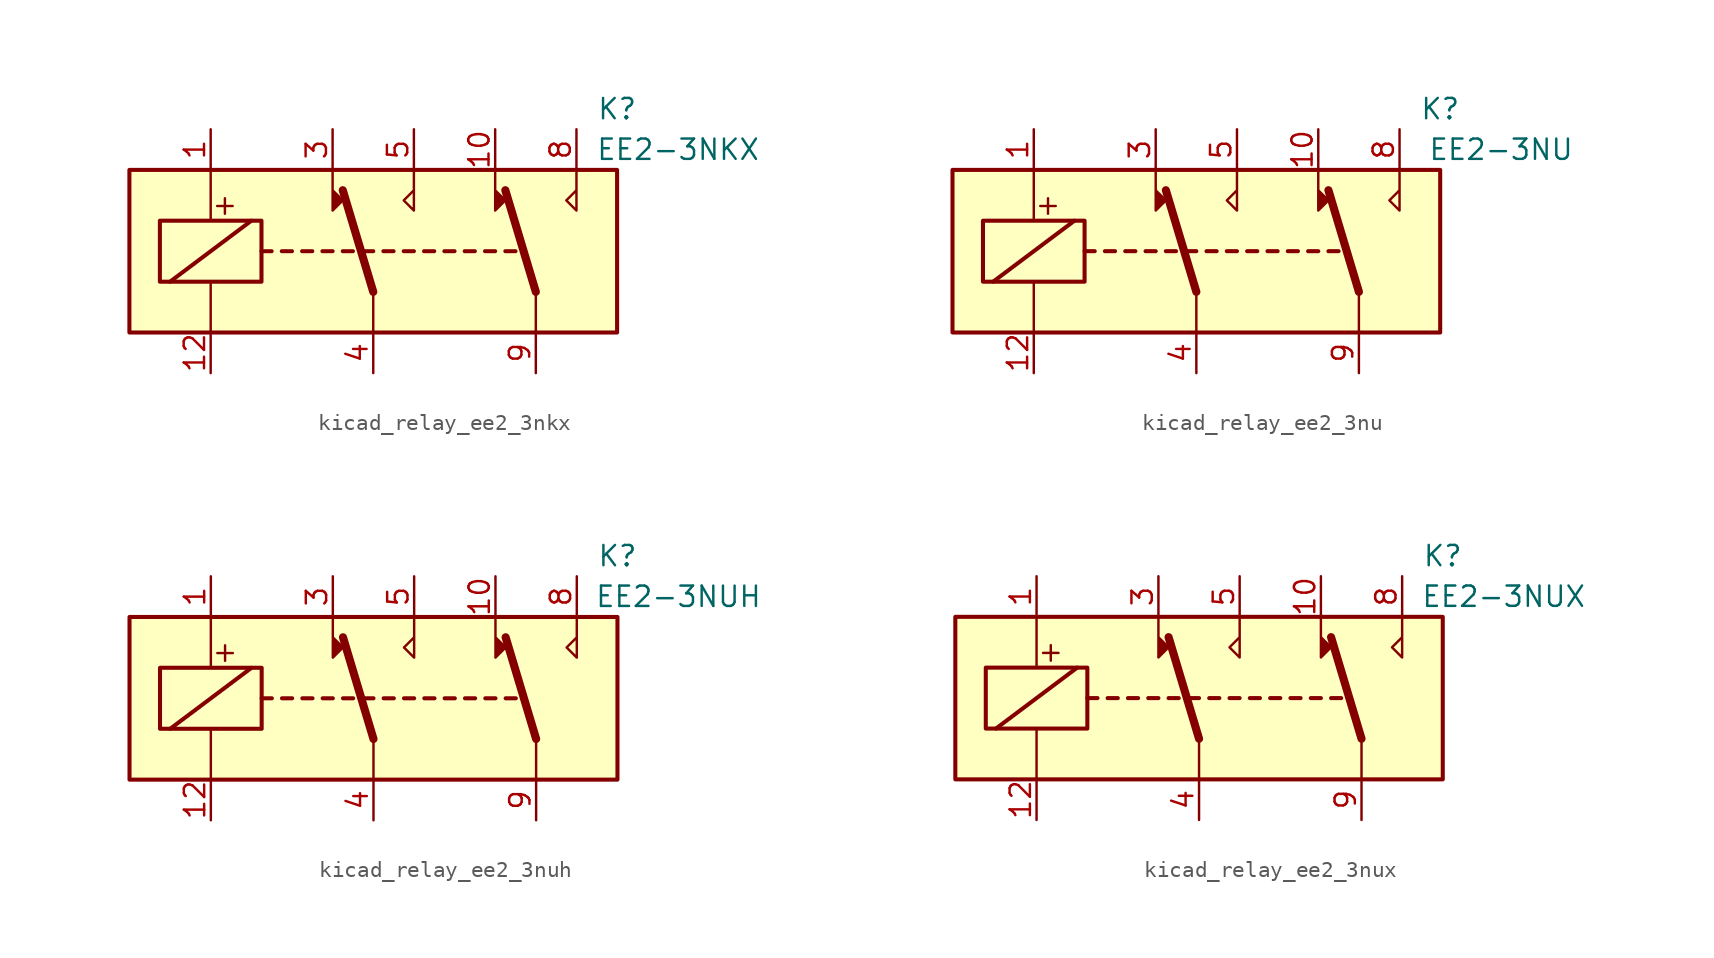
<source format=kicad_sym>
(kicad_symbol_lib
  (version 20220914)
  (generator kicad_symbol_editor)
  (symbol "kicad_relay_ee2_3nkx"
    (property "Reference" "K"
      (at 15.24 8.89 0)
      (effects (font (size 1.27 1.27))))
    (property "Value" "EE2-3NKX"
      (at 19.05 6.35 0)
      (effects (font (size 1.27 1.27))))
    (symbol "kicad_relay_ee2_3nkx_1_1"
      (rectangle (start -15.24 5.08) (end 15.24 -5.08) (stroke (width 0.254) (type default)) (fill (type background)))
      (rectangle (start -13.335 1.905) (end -6.985 -1.905) (stroke (width 0.254) (type default)) (fill (type none)))
      (polyline (pts (xy -12.7 -1.905) (xy -7.62 1.905)) (stroke (width 0.254) (type default)) (fill (type none)))
      (polyline (pts (xy -10.16 -5.08) (xy -10.16 -1.905)) (stroke (width 0) (type default)) (fill (type none)))
      (polyline (pts (xy -10.16 5.08) (xy -10.16 1.905)) (stroke (width 0) (type default)) (fill (type none)))
      (polyline (pts (xy -6.985 0) (xy -6.35 0)) (stroke (width 0.254) (type default)) (fill (type none)))
      (polyline (pts (xy -5.715 0) (xy -5.08 0)) (stroke (width 0.254) (type default)) (fill (type none)))
      (polyline (pts (xy -4.445 0) (xy -3.81 0)) (stroke (width 0.254) (type default)) (fill (type none)))
      (polyline (pts (xy -3.175 0) (xy -2.54 0)) (stroke (width 0.254) (type default)) (fill (type none)))
      (polyline (pts (xy -1.905 0) (xy -1.27 0)) (stroke (width 0.254) (type default)) (fill (type none)))
      (polyline (pts (xy -0.635 0) (xy 0 0)) (stroke (width 0.254) (type default)) (fill (type none)))
      (polyline (pts (xy 0 -2.54) (xy -1.905 3.81)) (stroke (width 0.508) (type default)) (fill (type none)))
      (polyline (pts (xy 0 -2.54) (xy 0 -5.08)) (stroke (width 0) (type default)) (fill (type none)))
      (polyline (pts (xy 0.635 0) (xy 1.27 0)) (stroke (width 0.254) (type default)) (fill (type none)))
      (polyline (pts (xy 1.905 0) (xy 2.54 0)) (stroke (width 0.254) (type default)) (fill (type none)))
      (polyline (pts (xy 3.175 0) (xy 3.81 0)) (stroke (width 0.254) (type default)) (fill (type none)))
      (polyline (pts (xy 4.445 0) (xy 5.08 0)) (stroke (width 0.254) (type default)) (fill (type none)))
      (polyline (pts (xy 5.715 0) (xy 6.35 0)) (stroke (width 0.254) (type default)) (fill (type none)))
      (polyline (pts (xy 6.985 0) (xy 7.62 0)) (stroke (width 0.254) (type default)) (fill (type none)))
      (polyline (pts (xy 8.255 0) (xy 8.89 0)) (stroke (width 0.254) (type default)) (fill (type none)))
      (polyline (pts (xy 10.16 -2.54) (xy 8.255 3.81)) (stroke (width 0.508) (type default)) (fill (type none)))
      (polyline (pts (xy 10.16 -2.54) (xy 10.16 -5.08)) (stroke (width 0) (type default)) (fill (type none)))
      (polyline (pts (xy -2.54 5.08) (xy -2.54 2.54) (xy -1.905 3.175) (xy -2.54 3.81)) (stroke (width 0) (type default)) (fill (type outline)))
      (polyline (pts (xy 2.54 5.08) (xy 2.54 2.54) (xy 1.905 3.175) (xy 2.54 3.81)) (stroke (width 0) (type default)) (fill (type none)))
      (polyline (pts (xy 7.62 5.08) (xy 7.62 2.54) (xy 8.255 3.175) (xy 7.62 3.81)) (stroke (width 0) (type default)) (fill (type outline)))
      (polyline (pts (xy 12.7 5.08) (xy 12.7 2.54) (xy 12.065 3.175) (xy 12.7 3.81)) (stroke (width 0) (type default)) (fill (type none)))
      (text "+" (at -9.271 2.921 0) (effects (font (size 1.27 1.27))))
      (pin passive line (at -10.16 7.62 270) (length 2.54) (name "~" (effects (font (size 1.27 1.27)))) (number "1" (effects (font (size 1.27 1.27)))))
      (pin passive line (at 7.62 7.62 270) (length 2.54) (name "~" (effects (font (size 1.27 1.27)))) (number "10" (effects (font (size 1.27 1.27)))))
      (pin passive line (at -10.16 -7.62 90) (length 2.54) (name "~" (effects (font (size 1.27 1.27)))) (number "12" (effects (font (size 1.27 1.27)))))
      (pin passive line (at -2.54 7.62 270) (length 2.54) (name "~" (effects (font (size 1.27 1.27)))) (number "3" (effects (font (size 1.27 1.27)))))
      (pin passive line (at 0 -7.62 90) (length 2.54) (name "~" (effects (font (size 1.27 1.27)))) (number "4" (effects (font (size 1.27 1.27)))))
      (pin passive line (at 2.54 7.62 270) (length 2.54) (name "~" (effects (font (size 1.27 1.27)))) (number "5" (effects (font (size 1.27 1.27)))))
      (pin passive line (at 12.7 7.62 270) (length 2.54) (name "~" (effects (font (size 1.27 1.27)))) (number "8" (effects (font (size 1.27 1.27)))))
      (pin passive line (at 10.16 -7.62 90) (length 2.54) (name "~" (effects (font (size 1.27 1.27)))) (number "9" (effects (font (size 1.27 1.27)))))))
  (symbol "kicad_relay_ee2_3nu"
    (property "Reference" "K"
      (at 15.24 8.89 0)
      (effects (font (size 1.27 1.27))))
    (property "Value" "EE2-3NU"
      (at 19.05 6.35 0)
      (effects (font (size 1.27 1.27))))
    (symbol "kicad_relay_ee2_3nu_1_1"
      (rectangle (start -15.24 5.08) (end 15.24 -5.08) (stroke (width 0.254) (type default)) (fill (type background)))
      (rectangle (start -13.335 1.905) (end -6.985 -1.905) (stroke (width 0.254) (type default)) (fill (type none)))
      (polyline (pts (xy -12.7 -1.905) (xy -7.62 1.905)) (stroke (width 0.254) (type default)) (fill (type none)))
      (polyline (pts (xy -10.16 -5.08) (xy -10.16 -1.905)) (stroke (width 0) (type default)) (fill (type none)))
      (polyline (pts (xy -10.16 5.08) (xy -10.16 1.905)) (stroke (width 0) (type default)) (fill (type none)))
      (polyline (pts (xy -6.985 0) (xy -6.35 0)) (stroke (width 0.254) (type default)) (fill (type none)))
      (polyline (pts (xy -5.715 0) (xy -5.08 0)) (stroke (width 0.254) (type default)) (fill (type none)))
      (polyline (pts (xy -4.445 0) (xy -3.81 0)) (stroke (width 0.254) (type default)) (fill (type none)))
      (polyline (pts (xy -3.175 0) (xy -2.54 0)) (stroke (width 0.254) (type default)) (fill (type none)))
      (polyline (pts (xy -1.905 0) (xy -1.27 0)) (stroke (width 0.254) (type default)) (fill (type none)))
      (polyline (pts (xy -0.635 0) (xy 0 0)) (stroke (width 0.254) (type default)) (fill (type none)))
      (polyline (pts (xy 0 -2.54) (xy -1.905 3.81)) (stroke (width 0.508) (type default)) (fill (type none)))
      (polyline (pts (xy 0 -2.54) (xy 0 -5.08)) (stroke (width 0) (type default)) (fill (type none)))
      (polyline (pts (xy 0.635 0) (xy 1.27 0)) (stroke (width 0.254) (type default)) (fill (type none)))
      (polyline (pts (xy 1.905 0) (xy 2.54 0)) (stroke (width 0.254) (type default)) (fill (type none)))
      (polyline (pts (xy 3.175 0) (xy 3.81 0)) (stroke (width 0.254) (type default)) (fill (type none)))
      (polyline (pts (xy 4.445 0) (xy 5.08 0)) (stroke (width 0.254) (type default)) (fill (type none)))
      (polyline (pts (xy 5.715 0) (xy 6.35 0)) (stroke (width 0.254) (type default)) (fill (type none)))
      (polyline (pts (xy 6.985 0) (xy 7.62 0)) (stroke (width 0.254) (type default)) (fill (type none)))
      (polyline (pts (xy 8.255 0) (xy 8.89 0)) (stroke (width 0.254) (type default)) (fill (type none)))
      (polyline (pts (xy 10.16 -2.54) (xy 8.255 3.81)) (stroke (width 0.508) (type default)) (fill (type none)))
      (polyline (pts (xy 10.16 -2.54) (xy 10.16 -5.08)) (stroke (width 0) (type default)) (fill (type none)))
      (polyline (pts (xy -2.54 5.08) (xy -2.54 2.54) (xy -1.905 3.175) (xy -2.54 3.81)) (stroke (width 0) (type default)) (fill (type outline)))
      (polyline (pts (xy 2.54 5.08) (xy 2.54 2.54) (xy 1.905 3.175) (xy 2.54 3.81)) (stroke (width 0) (type default)) (fill (type none)))
      (polyline (pts (xy 7.62 5.08) (xy 7.62 2.54) (xy 8.255 3.175) (xy 7.62 3.81)) (stroke (width 0) (type default)) (fill (type outline)))
      (polyline (pts (xy 12.7 5.08) (xy 12.7 2.54) (xy 12.065 3.175) (xy 12.7 3.81)) (stroke (width 0) (type default)) (fill (type none)))
      (text "+" (at -9.271 2.921 0) (effects (font (size 1.27 1.27))))
      (pin passive line (at -10.16 7.62 270) (length 2.54) (name "~" (effects (font (size 1.27 1.27)))) (number "1" (effects (font (size 1.27 1.27)))))
      (pin passive line (at 7.62 7.62 270) (length 2.54) (name "~" (effects (font (size 1.27 1.27)))) (number "10" (effects (font (size 1.27 1.27)))))
      (pin passive line (at -10.16 -7.62 90) (length 2.54) (name "~" (effects (font (size 1.27 1.27)))) (number "12" (effects (font (size 1.27 1.27)))))
      (pin passive line (at -2.54 7.62 270) (length 2.54) (name "~" (effects (font (size 1.27 1.27)))) (number "3" (effects (font (size 1.27 1.27)))))
      (pin passive line (at 0 -7.62 90) (length 2.54) (name "~" (effects (font (size 1.27 1.27)))) (number "4" (effects (font (size 1.27 1.27)))))
      (pin passive line (at 2.54 7.62 270) (length 2.54) (name "~" (effects (font (size 1.27 1.27)))) (number "5" (effects (font (size 1.27 1.27)))))
      (pin passive line (at 12.7 7.62 270) (length 2.54) (name "~" (effects (font (size 1.27 1.27)))) (number "8" (effects (font (size 1.27 1.27)))))
      (pin passive line (at 10.16 -7.62 90) (length 2.54) (name "~" (effects (font (size 1.27 1.27)))) (number "9" (effects (font (size 1.27 1.27)))))))
  (symbol "kicad_relay_ee2_3nuh"
    (property "Reference" "K"
      (at 15.24 8.89 0)
      (effects (font (size 1.27 1.27))))
    (property "Value" "EE2-3NUH"
      (at 19.05 6.35 0)
      (effects (font (size 1.27 1.27))))
    (symbol "kicad_relay_ee2_3nuh_1_1"
      (rectangle (start -15.24 5.08) (end 15.24 -5.08) (stroke (width 0.254) (type default)) (fill (type background)))
      (rectangle (start -13.335 1.905) (end -6.985 -1.905) (stroke (width 0.254) (type default)) (fill (type none)))
      (polyline (pts (xy -12.7 -1.905) (xy -7.62 1.905)) (stroke (width 0.254) (type default)) (fill (type none)))
      (polyline (pts (xy -10.16 -5.08) (xy -10.16 -1.905)) (stroke (width 0) (type default)) (fill (type none)))
      (polyline (pts (xy -10.16 5.08) (xy -10.16 1.905)) (stroke (width 0) (type default)) (fill (type none)))
      (polyline (pts (xy -6.985 0) (xy -6.35 0)) (stroke (width 0.254) (type default)) (fill (type none)))
      (polyline (pts (xy -5.715 0) (xy -5.08 0)) (stroke (width 0.254) (type default)) (fill (type none)))
      (polyline (pts (xy -4.445 0) (xy -3.81 0)) (stroke (width 0.254) (type default)) (fill (type none)))
      (polyline (pts (xy -3.175 0) (xy -2.54 0)) (stroke (width 0.254) (type default)) (fill (type none)))
      (polyline (pts (xy -1.905 0) (xy -1.27 0)) (stroke (width 0.254) (type default)) (fill (type none)))
      (polyline (pts (xy -0.635 0) (xy 0 0)) (stroke (width 0.254) (type default)) (fill (type none)))
      (polyline (pts (xy 0 -2.54) (xy -1.905 3.81)) (stroke (width 0.508) (type default)) (fill (type none)))
      (polyline (pts (xy 0 -2.54) (xy 0 -5.08)) (stroke (width 0) (type default)) (fill (type none)))
      (polyline (pts (xy 0.635 0) (xy 1.27 0)) (stroke (width 0.254) (type default)) (fill (type none)))
      (polyline (pts (xy 1.905 0) (xy 2.54 0)) (stroke (width 0.254) (type default)) (fill (type none)))
      (polyline (pts (xy 3.175 0) (xy 3.81 0)) (stroke (width 0.254) (type default)) (fill (type none)))
      (polyline (pts (xy 4.445 0) (xy 5.08 0)) (stroke (width 0.254) (type default)) (fill (type none)))
      (polyline (pts (xy 5.715 0) (xy 6.35 0)) (stroke (width 0.254) (type default)) (fill (type none)))
      (polyline (pts (xy 6.985 0) (xy 7.62 0)) (stroke (width 0.254) (type default)) (fill (type none)))
      (polyline (pts (xy 8.255 0) (xy 8.89 0)) (stroke (width 0.254) (type default)) (fill (type none)))
      (polyline (pts (xy 10.16 -2.54) (xy 8.255 3.81)) (stroke (width 0.508) (type default)) (fill (type none)))
      (polyline (pts (xy 10.16 -2.54) (xy 10.16 -5.08)) (stroke (width 0) (type default)) (fill (type none)))
      (polyline (pts (xy -2.54 5.08) (xy -2.54 2.54) (xy -1.905 3.175) (xy -2.54 3.81)) (stroke (width 0) (type default)) (fill (type outline)))
      (polyline (pts (xy 2.54 5.08) (xy 2.54 2.54) (xy 1.905 3.175) (xy 2.54 3.81)) (stroke (width 0) (type default)) (fill (type none)))
      (polyline (pts (xy 7.62 5.08) (xy 7.62 2.54) (xy 8.255 3.175) (xy 7.62 3.81)) (stroke (width 0) (type default)) (fill (type outline)))
      (polyline (pts (xy 12.7 5.08) (xy 12.7 2.54) (xy 12.065 3.175) (xy 12.7 3.81)) (stroke (width 0) (type default)) (fill (type none)))
      (text "+" (at -9.271 2.921 0) (effects (font (size 1.27 1.27))))
      (pin passive line (at -10.16 7.62 270) (length 2.54) (name "~" (effects (font (size 1.27 1.27)))) (number "1" (effects (font (size 1.27 1.27)))))
      (pin passive line (at 7.62 7.62 270) (length 2.54) (name "~" (effects (font (size 1.27 1.27)))) (number "10" (effects (font (size 1.27 1.27)))))
      (pin passive line (at -10.16 -7.62 90) (length 2.54) (name "~" (effects (font (size 1.27 1.27)))) (number "12" (effects (font (size 1.27 1.27)))))
      (pin passive line (at -2.54 7.62 270) (length 2.54) (name "~" (effects (font (size 1.27 1.27)))) (number "3" (effects (font (size 1.27 1.27)))))
      (pin passive line (at 0 -7.62 90) (length 2.54) (name "~" (effects (font (size 1.27 1.27)))) (number "4" (effects (font (size 1.27 1.27)))))
      (pin passive line (at 2.54 7.62 270) (length 2.54) (name "~" (effects (font (size 1.27 1.27)))) (number "5" (effects (font (size 1.27 1.27)))))
      (pin passive line (at 12.7 7.62 270) (length 2.54) (name "~" (effects (font (size 1.27 1.27)))) (number "8" (effects (font (size 1.27 1.27)))))
      (pin passive line (at 10.16 -7.62 90) (length 2.54) (name "~" (effects (font (size 1.27 1.27)))) (number "9" (effects (font (size 1.27 1.27)))))))
  (symbol "kicad_relay_ee2_3nux"
    (property "Reference" "K"
      (at 15.24 8.89 0)
      (effects (font (size 1.27 1.27))))
    (property "Value" "EE2-3NUX"
      (at 19.05 6.35 0)
      (effects (font (size 1.27 1.27))))
    (symbol "kicad_relay_ee2_3nux_1_1"
      (rectangle (start -15.24 5.08) (end 15.24 -5.08) (stroke (width 0.254) (type default)) (fill (type background)))
      (rectangle (start -13.335 1.905) (end -6.985 -1.905) (stroke (width 0.254) (type default)) (fill (type none)))
      (polyline (pts (xy -12.7 -1.905) (xy -7.62 1.905)) (stroke (width 0.254) (type default)) (fill (type none)))
      (polyline (pts (xy -10.16 -5.08) (xy -10.16 -1.905)) (stroke (width 0) (type default)) (fill (type none)))
      (polyline (pts (xy -10.16 5.08) (xy -10.16 1.905)) (stroke (width 0) (type default)) (fill (type none)))
      (polyline (pts (xy -6.985 0) (xy -6.35 0)) (stroke (width 0.254) (type default)) (fill (type none)))
      (polyline (pts (xy -5.715 0) (xy -5.08 0)) (stroke (width 0.254) (type default)) (fill (type none)))
      (polyline (pts (xy -4.445 0) (xy -3.81 0)) (stroke (width 0.254) (type default)) (fill (type none)))
      (polyline (pts (xy -3.175 0) (xy -2.54 0)) (stroke (width 0.254) (type default)) (fill (type none)))
      (polyline (pts (xy -1.905 0) (xy -1.27 0)) (stroke (width 0.254) (type default)) (fill (type none)))
      (polyline (pts (xy -0.635 0) (xy 0 0)) (stroke (width 0.254) (type default)) (fill (type none)))
      (polyline (pts (xy 0 -2.54) (xy -1.905 3.81)) (stroke (width 0.508) (type default)) (fill (type none)))
      (polyline (pts (xy 0 -2.54) (xy 0 -5.08)) (stroke (width 0) (type default)) (fill (type none)))
      (polyline (pts (xy 0.635 0) (xy 1.27 0)) (stroke (width 0.254) (type default)) (fill (type none)))
      (polyline (pts (xy 1.905 0) (xy 2.54 0)) (stroke (width 0.254) (type default)) (fill (type none)))
      (polyline (pts (xy 3.175 0) (xy 3.81 0)) (stroke (width 0.254) (type default)) (fill (type none)))
      (polyline (pts (xy 4.445 0) (xy 5.08 0)) (stroke (width 0.254) (type default)) (fill (type none)))
      (polyline (pts (xy 5.715 0) (xy 6.35 0)) (stroke (width 0.254) (type default)) (fill (type none)))
      (polyline (pts (xy 6.985 0) (xy 7.62 0)) (stroke (width 0.254) (type default)) (fill (type none)))
      (polyline (pts (xy 8.255 0) (xy 8.89 0)) (stroke (width 0.254) (type default)) (fill (type none)))
      (polyline (pts (xy 10.16 -2.54) (xy 8.255 3.81)) (stroke (width 0.508) (type default)) (fill (type none)))
      (polyline (pts (xy 10.16 -2.54) (xy 10.16 -5.08)) (stroke (width 0) (type default)) (fill (type none)))
      (polyline (pts (xy -2.54 5.08) (xy -2.54 2.54) (xy -1.905 3.175) (xy -2.54 3.81)) (stroke (width 0) (type default)) (fill (type outline)))
      (polyline (pts (xy 2.54 5.08) (xy 2.54 2.54) (xy 1.905 3.175) (xy 2.54 3.81)) (stroke (width 0) (type default)) (fill (type none)))
      (polyline (pts (xy 7.62 5.08) (xy 7.62 2.54) (xy 8.255 3.175) (xy 7.62 3.81)) (stroke (width 0) (type default)) (fill (type outline)))
      (polyline (pts (xy 12.7 5.08) (xy 12.7 2.54) (xy 12.065 3.175) (xy 12.7 3.81)) (stroke (width 0) (type default)) (fill (type none)))
      (text "+" (at -9.271 2.921 0) (effects (font (size 1.27 1.27))))
      (pin passive line (at -10.16 7.62 270) (length 2.54) (name "~" (effects (font (size 1.27 1.27)))) (number "1" (effects (font (size 1.27 1.27)))))
      (pin passive line (at 7.62 7.62 270) (length 2.54) (name "~" (effects (font (size 1.27 1.27)))) (number "10" (effects (font (size 1.27 1.27)))))
      (pin passive line (at -10.16 -7.62 90) (length 2.54) (name "~" (effects (font (size 1.27 1.27)))) (number "12" (effects (font (size 1.27 1.27)))))
      (pin passive line (at -2.54 7.62 270) (length 2.54) (name "~" (effects (font (size 1.27 1.27)))) (number "3" (effects (font (size 1.27 1.27)))))
      (pin passive line (at 0 -7.62 90) (length 2.54) (name "~" (effects (font (size 1.27 1.27)))) (number "4" (effects (font (size 1.27 1.27)))))
      (pin passive line (at 2.54 7.62 270) (length 2.54) (name "~" (effects (font (size 1.27 1.27)))) (number "5" (effects (font (size 1.27 1.27)))))
      (pin passive line (at 12.7 7.62 270) (length 2.54) (name "~" (effects (font (size 1.27 1.27)))) (number "8" (effects (font (size 1.27 1.27)))))
      (pin passive line (at 10.16 -7.62 90) (length 2.54) (name "~" (effects (font (size 1.27 1.27)))) (number "9" (effects (font (size 1.27 1.27))))))))
</source>
